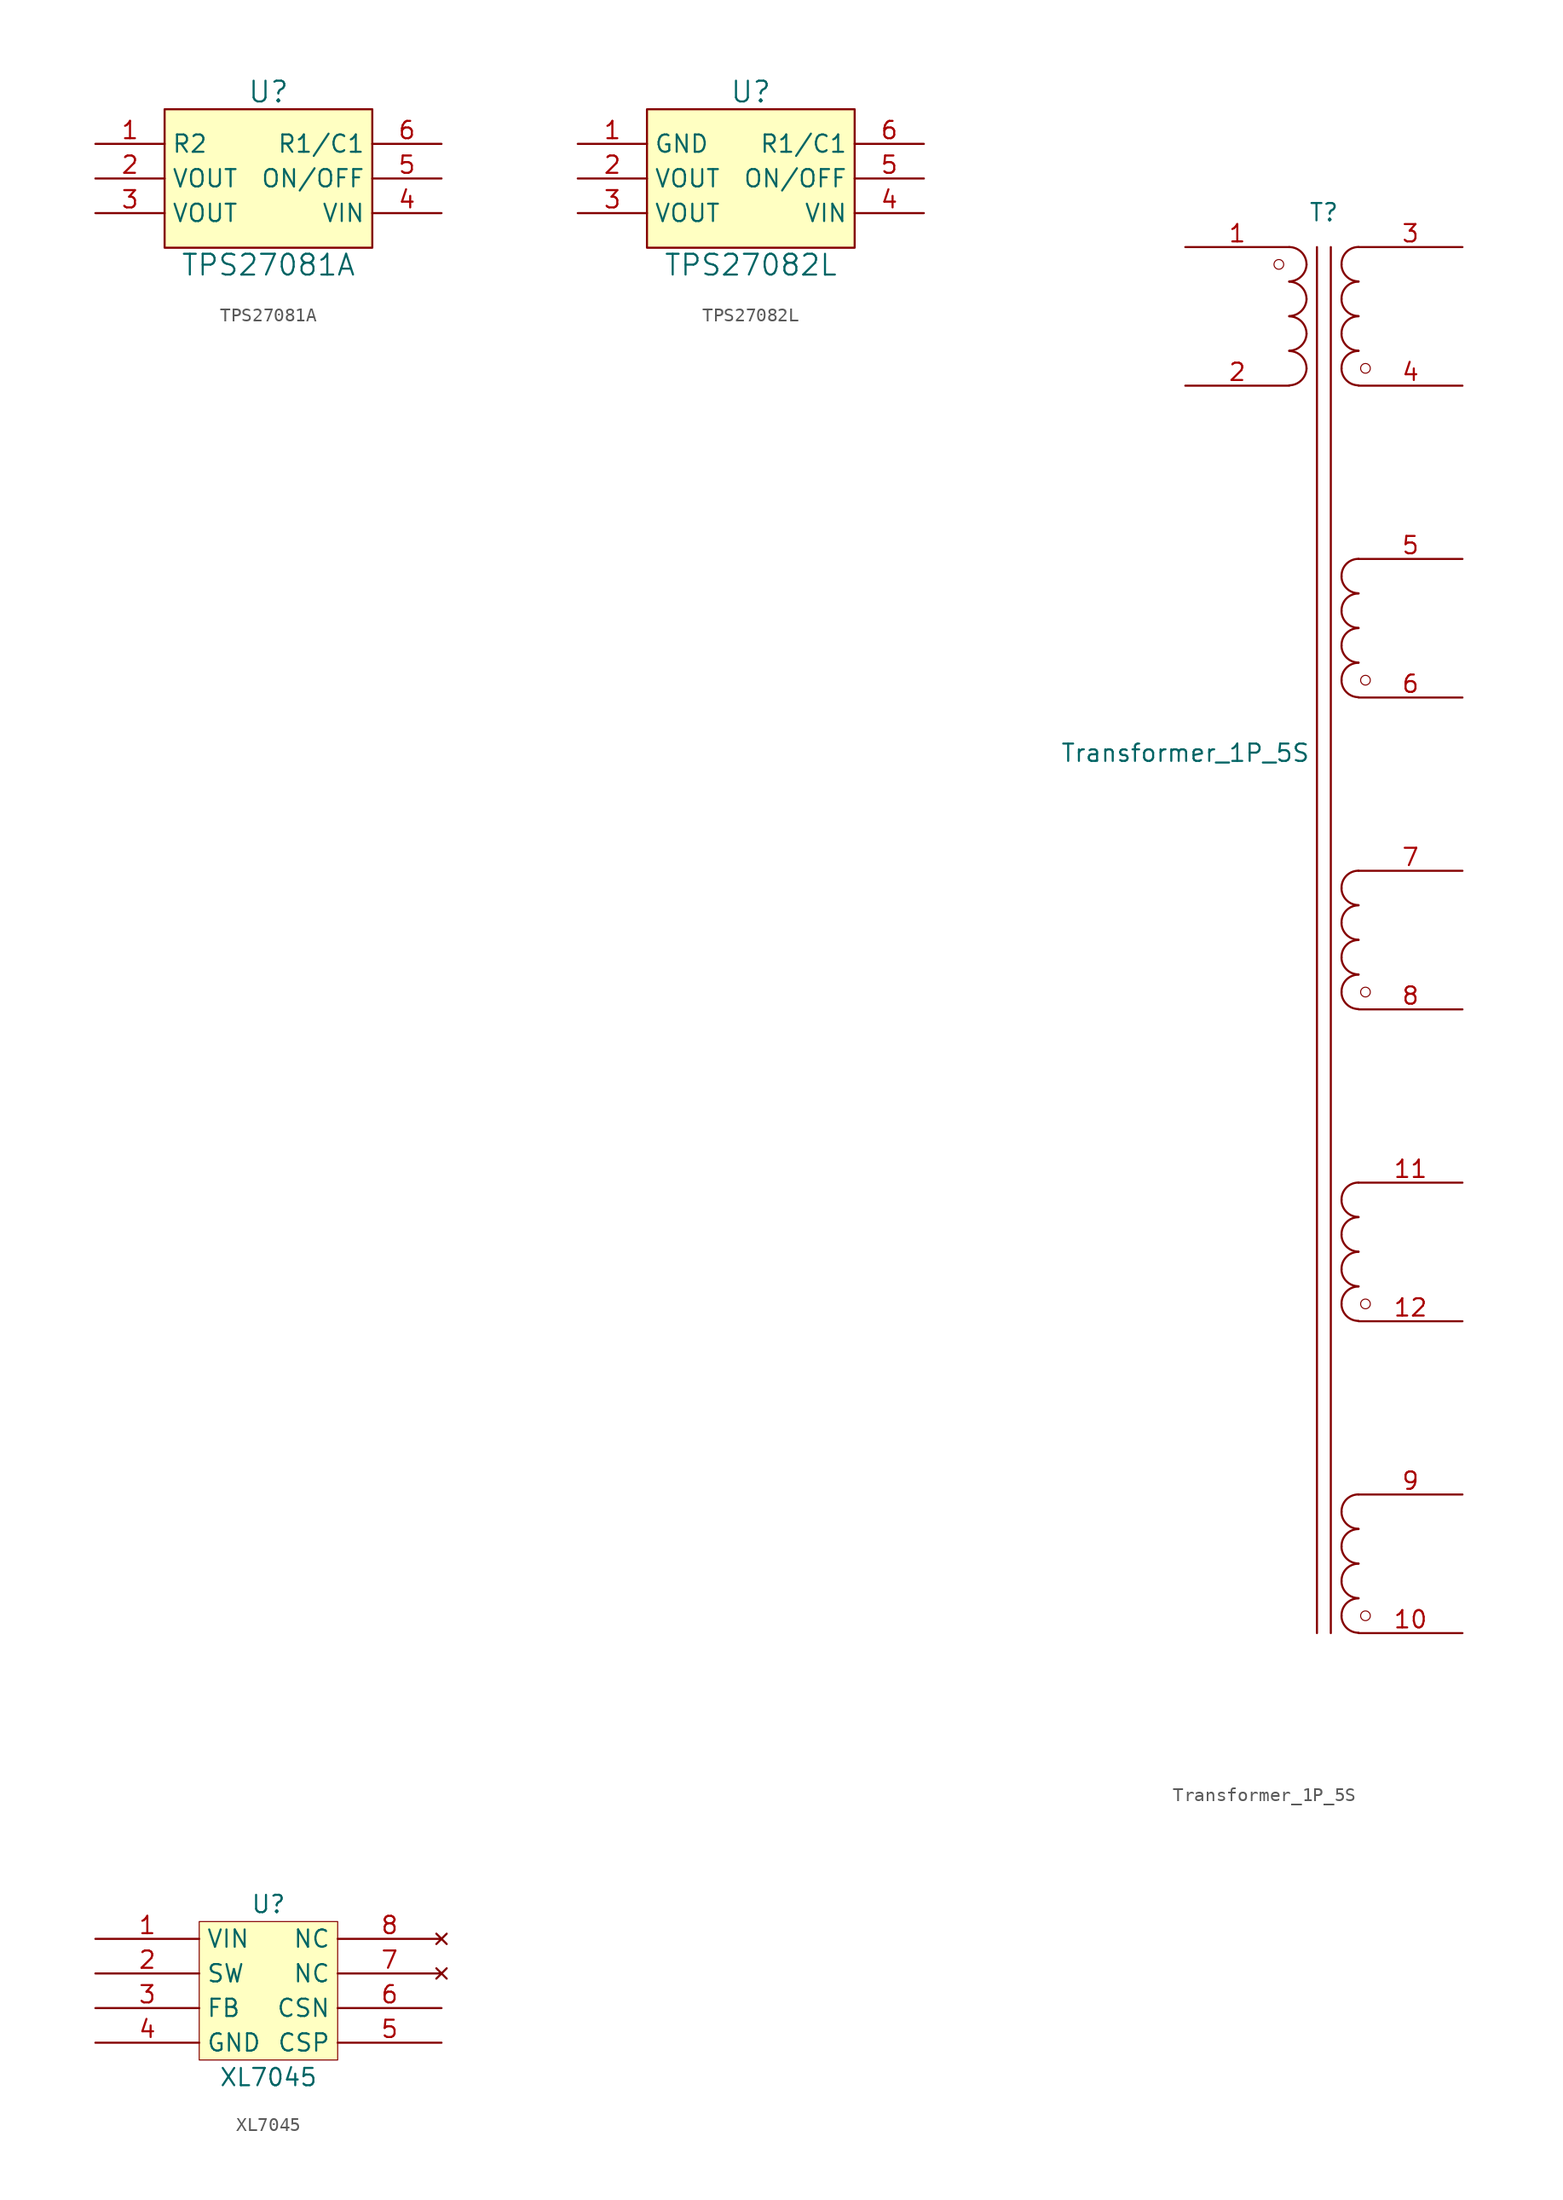
<source format=kicad_sym>
(kicad_symbol_lib
  (version 20241209)
  (generator "kicad_symbol_editor")
  (generator_version "9.0")
  (symbol "TPS27081A"
    (property "Reference" "U"
      (at 0 6.35 0)
      (effects (font (size 1.524 1.524))))
    (property "Value" "TPS27081A"
      (at 0 -6.35 0)
      (effects (font (size 1.524 1.524))))
    (property "Footprint" ""
      (at 0 0 0)
      (effects (font (size 1.524 1.524))))
    (property "Datasheet" ""
      (at 0 0 0)
      (effects (font (size 1.524 1.524))))
    (symbol "TPS27081A_0_1"
      (rectangle (start -7.62 5.08) (end 7.62 -5.08) (stroke (width 0) (type default)) (fill (type background))))
    (symbol "TPS27081A_1_1"
      (pin input line (at -12.7 2.54 0) (length 5.08) (name "R2" (effects (font (size 1.27 1.27)))) (number "1" (effects (font (size 1.27 1.27)))))
      (pin output line (at -12.7 0 0) (length 5.08) (name "VOUT" (effects (font (size 1.27 1.27)))) (number "2" (effects (font (size 1.27 1.27)))))
      (pin bidirectional line (at -12.7 -2.54 0) (length 5.08) (name "VOUT" (effects (font (size 1.27 1.27)))) (number "3" (effects (font (size 1.27 1.27)))))
      (pin input line (at 12.7 2.54 180) (length 5.08) (name "R1/C1" (effects (font (size 1.27 1.27)))) (number "6" (effects (font (size 1.27 1.27)))))
      (pin input line (at 12.7 0 180) (length 5.08) (name "ON/OFF" (effects (font (size 1.27 1.27)))) (number "5" (effects (font (size 1.27 1.27)))))
      (pin input line (at 12.7 -2.54 180) (length 5.08) (name "VIN" (effects (font (size 1.27 1.27)))) (number "4" (effects (font (size 1.27 1.27)))))))
  (symbol "TPS27082L"
    (property "Reference" "U"
      (at 0 6.35 0)
      (effects (font (size 1.524 1.524))))
    (property "Value" "TPS27082L"
      (at 0 -6.35 0)
      (effects (font (size 1.524 1.524))))
    (property "Footprint" ""
      (at 0 0 0)
      (effects (font (size 1.524 1.524))))
    (property "Datasheet" ""
      (at 0 0 0)
      (effects (font (size 1.524 1.524))))
    (symbol "TPS27082L_0_1"
      (rectangle (start -7.62 5.08) (end 7.62 -5.08) (stroke (width 0) (type default)) (fill (type background))))
    (symbol "TPS27082L_1_1"
      (pin power_in line (at -12.7 2.54 0) (length 5.08) (name "GND" (effects (font (size 1.27 1.27)))) (number "1" (effects (font (size 1.27 1.27)))))
      (pin output line (at -12.7 0 0) (length 5.08) (name "VOUT" (effects (font (size 1.27 1.27)))) (number "2" (effects (font (size 1.27 1.27)))))
      (pin output line (at -12.7 -2.54 0) (length 5.08) (name "VOUT" (effects (font (size 1.27 1.27)))) (number "3" (effects (font (size 1.27 1.27)))))
      (pin input line (at 12.7 2.54 180) (length 5.08) (name "R1/C1" (effects (font (size 1.27 1.27)))) (number "6" (effects (font (size 1.27 1.27)))))
      (pin input line (at 12.7 0 180) (length 5.08) (name "ON/OFF" (effects (font (size 1.27 1.27)))) (number "5" (effects (font (size 1.27 1.27)))))
      (pin input line (at 12.7 -2.54 180) (length 5.08) (name "VIN" (effects (font (size 1.27 1.27)))) (number "4" (effects (font (size 1.27 1.27)))))))
  (symbol "Transformer_1P_5S"
    (pin_names
      (hide yes))
    (property "Reference" "T"
      (at 0 12.7 0)
      (effects (font (size 1.27 1.27))))
    (property "Value" "Transformer_1P_5S"
      (at -10.16 -26.924 0)
      (effects (font (size 1.27 1.27))))
    (symbol "Transformer_1P_5S_0_1"
      (circle (center -3.302 8.89) (radius 0.356) (stroke (width 0.076) (type default)) (fill (type none)))
      (arc (start -1.27 8.89) (mid -1.6561 8.0137) (end -2.54 7.6454) (stroke (width 0) (type default)) (fill (type none)))
      (arc (start -1.27 6.35) (mid -1.6561 5.4737) (end -2.54 5.1054) (stroke (width 0) (type default)) (fill (type none)))
      (arc (start -1.27 3.81) (mid -1.6561 2.9337) (end -2.54 2.5654) (stroke (width 0) (type default)) (fill (type none)))
      (arc (start -1.27 1.27) (mid -1.6561 0.3937) (end -2.54 0.0254) (stroke (width 0) (type default)) (fill (type none)))
      (arc (start -2.54 10.16) (mid -1.642 9.788) (end -1.27 8.89) (stroke (width 0) (type default)) (fill (type none)))
      (arc (start -2.54 7.62) (mid -1.642 7.248) (end -1.27 6.35) (stroke (width 0) (type default)) (fill (type none)))
      (arc (start -2.54 5.08) (mid -1.642 4.708) (end -1.27 3.81) (stroke (width 0) (type default)) (fill (type none)))
      (arc (start -2.54 2.54) (mid -1.642 2.168) (end -1.27 1.27) (stroke (width 0) (type default)) (fill (type none)))
      (polyline (pts (xy -0.508 -91.44) (xy -0.508 10.16)) (stroke (width 0) (type default)) (fill (type none)))
      (polyline (pts (xy 0.508 10.16) (xy 0.508 -91.44)) (stroke (width 0) (type default)) (fill (type none)))
      (arc (start 1.2954 8.89) (mid 1.6457 9.7917) (end 2.54 10.16) (stroke (width 0) (type default)) (fill (type none)))
      (arc (start 1.2954 6.35) (mid 1.6457 7.2517) (end 2.54 7.62) (stroke (width 0) (type default)) (fill (type none)))
      (arc (start 1.2954 3.81) (mid 1.6457 4.7117) (end 2.54 5.08) (stroke (width 0) (type default)) (fill (type none)))
      (arc (start 1.2954 -13.97) (mid 1.6457 -13.0683) (end 2.54 -12.7) (stroke (width 0) (type default)) (fill (type none)))
      (arc (start 1.2954 -16.51) (mid 1.6457 -15.6083) (end 2.54 -15.24) (stroke (width 0) (type default)) (fill (type none)))
      (arc (start 1.2954 -19.05) (mid 1.6457 -18.1483) (end 2.54 -17.78) (stroke (width 0) (type default)) (fill (type none)))
      (arc (start 2.54 7.6454) (mid 1.6599 8.0099) (end 1.2954 8.89) (stroke (width 0) (type default)) (fill (type none)))
      (arc (start 2.54 5.1054) (mid 1.6599 5.4699) (end 1.2954 6.35) (stroke (width 0) (type default)) (fill (type none)))
      (arc (start 2.54 2.5654) (mid 1.6599 2.9299) (end 1.2954 3.81) (stroke (width 0) (type default)) (fill (type none)))
      (arc (start 2.54 -15.2146) (mid 1.6599 -14.8501) (end 1.2954 -13.97) (stroke (width 0) (type default)) (fill (type none)))
      (arc (start 2.54 -17.7546) (mid 1.6599 -17.3901) (end 1.2954 -16.51) (stroke (width 0) (type default)) (fill (type none)))
      (arc (start 2.54 -20.2946) (mid 1.6599 -19.9301) (end 1.2954 -19.05) (stroke (width 0) (type default)) (fill (type none)))
      (circle (center 3.048 1.27) (radius 0.356) (stroke (width 0.076) (type default)) (fill (type none)))
      (circle (center 3.048 -21.59) (radius 0.356) (stroke (width 0.076) (type default)) (fill (type none)))
      (circle (center 3.048 -44.45) (radius 0.356) (stroke (width 0.076) (type default)) (fill (type none)))
      (circle (center 3.048 -67.31) (radius 0.356) (stroke (width 0.076) (type default)) (fill (type none)))
      (circle (center 3.048 -90.17) (radius 0.356) (stroke (width 0.076) (type default)) (fill (type none))))
    (symbol "Transformer_1P_5S_1_1"
      (arc (start 1.2954 1.27) (mid 1.6457 2.1717) (end 2.54 2.54) (stroke (width 0) (type default)) (fill (type none)))
      (arc (start 1.2954 -21.59) (mid 1.6457 -20.6883) (end 2.54 -20.32) (stroke (width 0) (type default)) (fill (type none)))
      (arc (start 1.2954 -36.83) (mid 1.6457 -35.9283) (end 2.54 -35.56) (stroke (width 0) (type default)) (fill (type none)))
      (arc (start 1.2954 -39.37) (mid 1.6457 -38.4683) (end 2.54 -38.1) (stroke (width 0) (type default)) (fill (type none)))
      (arc (start 1.2954 -41.91) (mid 1.6457 -41.0083) (end 2.54 -40.64) (stroke (width 0) (type default)) (fill (type none)))
      (arc (start 1.2954 -44.45) (mid 1.6457 -43.5483) (end 2.54 -43.18) (stroke (width 0) (type default)) (fill (type none)))
      (arc (start 1.2954 -59.69) (mid 1.6457 -58.7883) (end 2.54 -58.42) (stroke (width 0) (type default)) (fill (type none)))
      (arc (start 1.2954 -62.23) (mid 1.6457 -61.3283) (end 2.54 -60.96) (stroke (width 0) (type default)) (fill (type none)))
      (arc (start 1.2954 -64.77) (mid 1.6457 -63.8683) (end 2.54 -63.5) (stroke (width 0) (type default)) (fill (type none)))
      (arc (start 1.2954 -67.31) (mid 1.6457 -66.4083) (end 2.54 -66.04) (stroke (width 0) (type default)) (fill (type none)))
      (arc (start 1.2954 -82.55) (mid 1.6457 -81.6483) (end 2.54 -81.28) (stroke (width 0) (type default)) (fill (type none)))
      (arc (start 1.2954 -85.09) (mid 1.6457 -84.1883) (end 2.54 -83.82) (stroke (width 0) (type default)) (fill (type none)))
      (arc (start 1.2954 -87.63) (mid 1.6457 -86.7283) (end 2.54 -86.36) (stroke (width 0) (type default)) (fill (type none)))
      (arc (start 1.2954 -90.17) (mid 1.6457 -89.2683) (end 2.54 -88.9) (stroke (width 0) (type default)) (fill (type none)))
      (arc (start 2.54 0.0254) (mid 1.6599 0.3899) (end 1.2954 1.27) (stroke (width 0) (type default)) (fill (type none)))
      (arc (start 2.54 -22.8346) (mid 1.6599 -22.4701) (end 1.2954 -21.59) (stroke (width 0) (type default)) (fill (type none)))
      (arc (start 2.54 -38.0746) (mid 1.6599 -37.7101) (end 1.2954 -36.83) (stroke (width 0) (type default)) (fill (type none)))
      (arc (start 2.54 -40.6146) (mid 1.6599 -40.2501) (end 1.2954 -39.37) (stroke (width 0) (type default)) (fill (type none)))
      (arc (start 2.54 -43.1546) (mid 1.6599 -42.7901) (end 1.2954 -41.91) (stroke (width 0) (type default)) (fill (type none)))
      (arc (start 2.54 -45.6946) (mid 1.6599 -45.3301) (end 1.2954 -44.45) (stroke (width 0) (type default)) (fill (type none)))
      (arc (start 2.54 -60.9346) (mid 1.6599 -60.5701) (end 1.2954 -59.69) (stroke (width 0) (type default)) (fill (type none)))
      (arc (start 2.54 -63.4746) (mid 1.6599 -63.1101) (end 1.2954 -62.23) (stroke (width 0) (type default)) (fill (type none)))
      (arc (start 2.54 -66.0146) (mid 1.6599 -65.6501) (end 1.2954 -64.77) (stroke (width 0) (type default)) (fill (type none)))
      (arc (start 2.54 -68.5546) (mid 1.6599 -68.1901) (end 1.2954 -67.31) (stroke (width 0) (type default)) (fill (type none)))
      (arc (start 2.54 -83.7946) (mid 1.6599 -83.4301) (end 1.2954 -82.55) (stroke (width 0) (type default)) (fill (type none)))
      (arc (start 2.54 -86.3346) (mid 1.6599 -85.9701) (end 1.2954 -85.09) (stroke (width 0) (type default)) (fill (type none)))
      (arc (start 2.54 -88.8746) (mid 1.6599 -88.5101) (end 1.2954 -87.63) (stroke (width 0) (type default)) (fill (type none)))
      (arc (start 2.54 -91.4146) (mid 1.6599 -91.0501) (end 1.2954 -90.17) (stroke (width 0) (type default)) (fill (type none)))
      (pin passive line (at -10.16 10.16 0) (length 7.62) (name "AA" (effects (font (size 1.27 1.27)))) (number "1" (effects (font (size 1.27 1.27)))))
      (pin passive line (at -10.16 0 0) (length 7.62) (name "AB" (effects (font (size 1.27 1.27)))) (number "2" (effects (font (size 1.27 1.27)))))
      (pin passive line (at 10.16 10.16 180) (length 7.62) (name "SA" (effects (font (size 1.27 1.27)))) (number "3" (effects (font (size 1.27 1.27)))))
      (pin passive line (at 10.16 0 180) (length 7.62) (name "SB" (effects (font (size 1.27 1.27)))) (number "4" (effects (font (size 1.27 1.27)))))
      (pin passive line (at 10.16 -12.7 180) (length 7.62) (name "SC" (effects (font (size 1.27 1.27)))) (number "5" (effects (font (size 1.27 1.27)))))
      (pin passive line (at 10.16 -22.86 180) (length 7.62) (name "SD" (effects (font (size 1.27 1.27)))) (number "6" (effects (font (size 1.27 1.27)))))
      (pin passive line (at 10.16 -35.56 180) (length 7.62) (name "SE" (effects (font (size 1.27 1.27)))) (number "7" (effects (font (size 1.27 1.27)))))
      (pin passive line (at 10.16 -45.72 180) (length 7.62) (name "SF" (effects (font (size 1.27 1.27)))) (number "8" (effects (font (size 1.27 1.27)))))
      (pin passive line (at 10.16 -58.42 180) (length 7.62) (name "SI" (effects (font (size 1.27 1.27)))) (number "11" (effects (font (size 1.27 1.27)))))
      (pin passive line (at 10.16 -68.58 180) (length 7.62) (name "SJ" (effects (font (size 1.27 1.27)))) (number "12" (effects (font (size 1.27 1.27)))))
      (pin passive line (at 10.16 -81.28 180) (length 7.62) (name "SG" (effects (font (size 1.27 1.27)))) (number "9" (effects (font (size 1.27 1.27)))))
      (pin passive line (at 10.16 -91.44 180) (length 7.62) (name "SH" (effects (font (size 1.27 1.27)))) (number "10" (effects (font (size 1.27 1.27)))))))
  (symbol "XL7045"
    (property "Reference" "U"
      (at 0 6.35 0)
      (effects (font (size 1.27 1.27))))
    (property "Value" "XL7045"
      (at 0 -6.35 0)
      (effects (font (size 1.27 1.27))))
    (symbol "XL7045_0_1"
      (rectangle (start -5.08 5.08) (end 5.08 -5.08) (stroke (width 0.076) (type default)) (fill (type background))))
    (symbol "XL7045_1_1"
      (pin power_in line (at -12.7 3.81 0) (length 7.62) (name "VIN" (effects (font (size 1.27 1.27)))) (number "1" (effects (font (size 1.27 1.27)))))
      (pin power_out line (at -12.7 1.27 0) (length 7.62) (name "SW" (effects (font (size 1.27 1.27)))) (number "2" (effects (font (size 1.27 1.27)))))
      (pin input line (at -12.7 -1.27 0) (length 7.62) (name "FB" (effects (font (size 1.27 1.27)))) (number "3" (effects (font (size 1.27 1.27)))))
      (pin power_in line (at -12.7 -3.81 0) (length 7.62) (name "GND" (effects (font (size 1.27 1.27)))) (number "4" (effects (font (size 1.27 1.27)))))
      (pin no_connect line (at 12.7 3.81 180) (length 7.62) (name "NC" (effects (font (size 1.27 1.27)))) (number "8" (effects (font (size 1.27 1.27)))))
      (pin no_connect line (at 12.7 1.27 180) (length 7.62) (name "NC" (effects (font (size 1.27 1.27)))) (number "7" (effects (font (size 1.27 1.27)))))
      (pin input line (at 12.7 -1.27 180) (length 7.62) (name "CSN" (effects (font (size 1.27 1.27)))) (number "6" (effects (font (size 1.27 1.27)))))
      (pin input line (at 12.7 -3.81 180) (length 7.62) (name "CSP" (effects (font (size 1.27 1.27)))) (number "5" (effects (font (size 1.27 1.27))))))))
</source>
